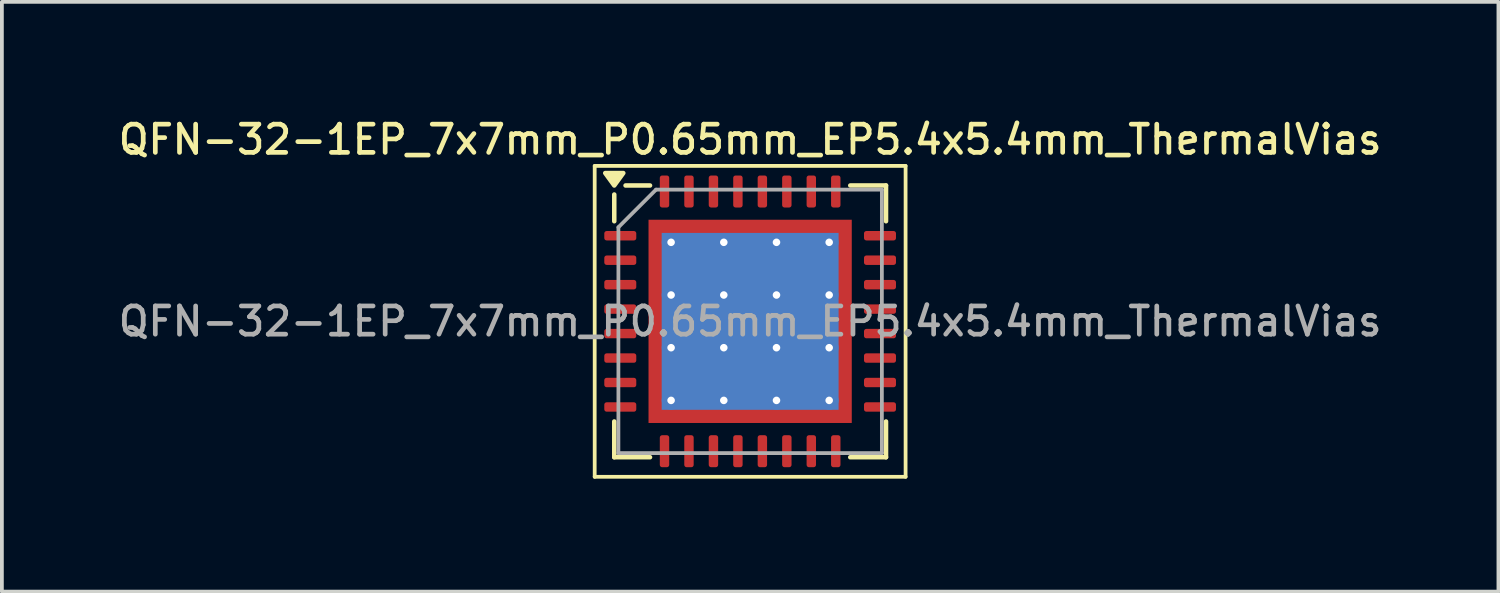
<source format=kicad_pcb>
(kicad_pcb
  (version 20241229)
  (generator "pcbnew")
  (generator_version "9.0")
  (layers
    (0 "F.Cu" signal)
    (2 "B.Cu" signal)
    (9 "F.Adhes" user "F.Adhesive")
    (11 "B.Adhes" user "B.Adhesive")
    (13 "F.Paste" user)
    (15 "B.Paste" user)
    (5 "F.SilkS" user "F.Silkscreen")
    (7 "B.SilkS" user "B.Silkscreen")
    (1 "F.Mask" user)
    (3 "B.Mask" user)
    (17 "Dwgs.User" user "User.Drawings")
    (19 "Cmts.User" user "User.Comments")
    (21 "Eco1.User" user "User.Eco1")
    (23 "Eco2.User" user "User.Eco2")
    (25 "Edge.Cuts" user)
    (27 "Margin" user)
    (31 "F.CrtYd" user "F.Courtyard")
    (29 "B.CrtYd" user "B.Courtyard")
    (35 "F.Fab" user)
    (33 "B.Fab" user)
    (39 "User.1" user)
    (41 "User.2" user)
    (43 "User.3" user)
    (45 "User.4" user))
  (footprint "QFN-32-1EP_7x7mm_P0.65mm_EP5.4x5.4mm_ThermalVias"
    (layer "F.Cu")
    (at 16.88 5.488)
    (property "Reference" "QFN-32-1EP_7x7mm_P0.65mm_EP5.4x5.4mm_ThermalVias" (at 0 -4.83 0) (layer "F.SilkS") (effects (font (size 0.75 0.75) (thickness 0.125))))
    (attr smd)
    (fp_line (start -4.13 -4.13) (end -4.13 4.13) (stroke (width 0.1) (type solid)) (layer "F.SilkS"))
    (fp_line (start -4.13 4.13) (end 4.13 4.13) (stroke (width 0.1) (type solid)) (layer "F.SilkS"))
    (fp_line (start -3.61 -2.66) (end -3.61 -3.37) (stroke (width 0.12) (type solid)) (layer "F.SilkS"))
    (fp_line (start -3.61 3.61) (end -3.61 2.66) (stroke (width 0.12) (type solid)) (layer "F.SilkS"))
    (fp_line (start -2.66 -3.61) (end -3.31 -3.61) (stroke (width 0.12) (type solid)) (layer "F.SilkS"))
    (fp_line (start -2.66 3.61) (end -3.61 3.61) (stroke (width 0.12) (type solid)) (layer "F.SilkS"))
    (fp_line (start 2.66 -3.61) (end 3.61 -3.61) (stroke (width 0.12) (type solid)) (layer "F.SilkS"))
    (fp_line (start 2.66 3.61) (end 3.61 3.61) (stroke (width 0.12) (type solid)) (layer "F.SilkS"))
    (fp_line (start 3.61 -3.61) (end 3.61 -2.66) (stroke (width 0.12) (type solid)) (layer "F.SilkS"))
    (fp_line (start 3.61 3.61) (end 3.61 2.66) (stroke (width 0.12) (type solid)) (layer "F.SilkS"))
    (fp_line (start 4.13 -4.13) (end -4.13 -4.13) (stroke (width 0.1) (type solid)) (layer "F.SilkS"))
    (fp_line (start 4.13 4.13) (end 4.13 -4.13) (stroke (width 0.1) (type solid)) (layer "F.SilkS"))
    (fp_poly (pts (xy -3.61 -3.61) (xy -3.85 -3.94) (xy -3.37 -3.94) (xy -3.61 -3.61)) (stroke (width 0.12) (type solid)) (fill yes) (layer "F.SilkS"))
    (fp_line (start -3.5 -2.5) (end -2.5 -3.5) (stroke (width 0.1) (type solid)) (layer "F.Fab"))
    (fp_line (start -3.5 3.5) (end -3.5 -2.5) (stroke (width 0.1) (type solid)) (layer "F.Fab"))
    (fp_line (start -2.5 -3.5) (end 3.5 -3.5) (stroke (width 0.1) (type solid)) (layer "F.Fab"))
    (fp_line (start 3.5 -3.5) (end 3.5 3.5) (stroke (width 0.1) (type solid)) (layer "F.Fab"))
    (fp_line (start 3.5 3.5) (end -3.5 3.5) (stroke (width 0.1) (type solid)) (layer "F.Fab"))
    (fp_text user "${REFERENCE}" (at 0 0 0) (layer "F.Fab") (effects (font (size 0.75 0.75) (thickness 0.125))))
    (pad "" smd custom (at -2.4 -2.4) (size 0.366 0.366) (layers "F.Paste") (options (anchor circle)) (primitives (gr_poly (pts (xy -0.124 -0.124) (xy 0.124 -0.124) (xy 0.124 0.026) (xy 0.026 0.124) (xy -0.124 0.124)) (width 0.236) (fill yes))))
    (pad "" smd custom (at -2.4 -1.4) (size 0.421 0.421) (layers "F.Paste") (options (anchor circle)) (primitives (gr_poly (pts (xy -0.179 -0.501) (xy 0.127 -0.501) (xy 0.179 -0.449) (xy 0.179 0.449) (xy 0.127 0.501) (xy -0.179 0.501)) (width 0.126) (fill yes))))
    (pad "" smd custom (at -2.4 0) (size 0.421 0.421) (layers "F.Paste") (options (anchor circle)) (primitives (gr_poly (pts (xy -0.179 -0.501) (xy 0.127 -0.501) (xy 0.179 -0.449) (xy 0.179 0.449) (xy 0.127 0.501) (xy -0.179 0.501)) (width 0.126) (fill yes))))
    (pad "" smd custom (at -2.4 1.4) (size 0.421 0.421) (layers "F.Paste") (options (anchor circle)) (primitives (gr_poly (pts (xy -0.179 -0.501) (xy 0.127 -0.501) (xy 0.179 -0.449) (xy 0.179 0.449) (xy 0.127 0.501) (xy -0.179 0.501)) (width 0.126) (fill yes))))
    (pad "" smd custom (at -2.4 2.4) (size 0.366 0.366) (layers "F.Paste") (options (anchor circle)) (primitives (gr_poly (pts (xy -0.124 -0.124) (xy 0.026 -0.124) (xy 0.124 -0.026) (xy 0.124 0.124) (xy -0.124 0.124)) (width 0.236) (fill yes))))
    (pad "" smd custom (at -1.4 -2.4) (size 0.421 0.421) (layers "F.Paste") (options (anchor circle)) (primitives (gr_poly (pts (xy -0.501 -0.179) (xy 0.501 -0.179) (xy 0.501 0.127) (xy 0.449 0.179) (xy -0.449 0.179) (xy -0.501 0.127)) (width 0.126) (fill yes))))
    (pad "" smd roundrect (at -1.4 -1.4) (size 1.129 1.129) (layers "F.Paste") (roundrect_rratio 0.221))
    (pad "" smd roundrect (at -1.4 0) (size 1.129 1.129) (layers "F.Paste") (roundrect_rratio 0.221))
    (pad "" smd roundrect (at -1.4 1.4) (size 1.129 1.129) (layers "F.Paste") (roundrect_rratio 0.221))
    (pad "" smd custom (at -1.4 2.4) (size 0.421 0.421) (layers "F.Paste") (options (anchor circle)) (primitives (gr_poly (pts (xy -0.501 -0.127) (xy -0.449 -0.179) (xy 0.449 -0.179) (xy 0.501 -0.127) (xy 0.501 0.179) (xy -0.501 0.179)) (width 0.126) (fill yes))))
    (pad "" smd custom (at 0 -2.4) (size 0.421 0.421) (layers "F.Paste") (options (anchor circle)) (primitives (gr_poly (pts (xy -0.501 -0.179) (xy 0.501 -0.179) (xy 0.501 0.127) (xy 0.449 0.179) (xy -0.449 0.179) (xy -0.501 0.127)) (width 0.126) (fill yes))))
    (pad "" smd roundrect (at 0 -1.4) (size 1.129 1.129) (layers "F.Paste") (roundrect_rratio 0.221))
    (pad "" smd roundrect (at 0 0) (size 1.129 1.129) (layers "F.Paste") (roundrect_rratio 0.221))
    (pad "" smd roundrect (at 0 1.4) (size 1.129 1.129) (layers "F.Paste") (roundrect_rratio 0.221))
    (pad "" smd custom (at 0 2.4) (size 0.421 0.421) (layers "F.Paste") (options (anchor circle)) (primitives (gr_poly (pts (xy -0.501 -0.127) (xy -0.449 -0.179) (xy 0.449 -0.179) (xy 0.501 -0.127) (xy 0.501 0.179) (xy -0.501 0.179)) (width 0.126) (fill yes))))
    (pad "" smd custom (at 1.4 -2.4) (size 0.421 0.421) (layers "F.Paste") (options (anchor circle)) (primitives (gr_poly (pts (xy -0.501 -0.179) (xy 0.501 -0.179) (xy 0.501 0.127) (xy 0.449 0.179) (xy -0.449 0.179) (xy -0.501 0.127)) (width 0.126) (fill yes))))
    (pad "" smd roundrect (at 1.4 -1.4) (size 1.129 1.129) (layers "F.Paste") (roundrect_rratio 0.221))
    (pad "" smd roundrect (at 1.4 0) (size 1.129 1.129) (layers "F.Paste") (roundrect_rratio 0.221))
    (pad "" smd roundrect (at 1.4 1.4) (size 1.129 1.129) (layers "F.Paste") (roundrect_rratio 0.221))
    (pad "" smd custom (at 1.4 2.4) (size 0.421 0.421) (layers "F.Paste") (options (anchor circle)) (primitives (gr_poly (pts (xy -0.501 -0.127) (xy -0.449 -0.179) (xy 0.449 -0.179) (xy 0.501 -0.127) (xy 0.501 0.179) (xy -0.501 0.179)) (width 0.126) (fill yes))))
    (pad "" smd custom (at 2.4 -2.4) (size 0.366 0.366) (layers "F.Paste") (options (anchor circle)) (primitives (gr_poly (pts (xy -0.124 -0.124) (xy 0.124 -0.124) (xy 0.124 0.124) (xy -0.026 0.124) (xy -0.124 0.026)) (width 0.236) (fill yes))))
    (pad "" smd custom (at 2.4 -1.4) (size 0.421 0.421) (layers "F.Paste") (options (anchor circle)) (primitives (gr_poly (pts (xy -0.179 -0.449) (xy -0.127 -0.501) (xy 0.179 -0.501) (xy 0.179 0.501) (xy -0.127 0.501) (xy -0.179 0.449)) (width 0.126) (fill yes))))
    (pad "" smd custom (at 2.4 0) (size 0.421 0.421) (layers "F.Paste") (options (anchor circle)) (primitives (gr_poly (pts (xy -0.179 -0.449) (xy -0.127 -0.501) (xy 0.179 -0.501) (xy 0.179 0.501) (xy -0.127 0.501) (xy -0.179 0.449)) (width 0.126) (fill yes))))
    (pad "" smd custom (at 2.4 1.4) (size 0.421 0.421) (layers "F.Paste") (options (anchor circle)) (primitives (gr_poly (pts (xy -0.179 -0.449) (xy -0.127 -0.501) (xy 0.179 -0.501) (xy 0.179 0.501) (xy -0.127 0.501) (xy -0.179 0.449)) (width 0.126) (fill yes))))
    (pad "" smd custom (at 2.4 2.4) (size 0.366 0.366) (layers "F.Paste") (options (anchor circle)) (primitives (gr_poly (pts (xy -0.124 -0.026) (xy -0.026 -0.124) (xy 0.124 -0.124) (xy 0.124 0.124) (xy -0.124 0.124)) (width 0.236) (fill yes))))
    (pad "1" smd roundrect (at -3.45 -2.275) (size 0.85 0.25) (layers "F.Cu" "F.Mask" "F.Paste") (roundrect_rratio 0.25))
    (pad "2" smd roundrect (at -3.45 -1.625) (size 0.85 0.25) (layers "F.Cu" "F.Mask" "F.Paste") (roundrect_rratio 0.25))
    (pad "3" smd roundrect (at -3.45 -0.975) (size 0.85 0.25) (layers "F.Cu" "F.Mask" "F.Paste") (roundrect_rratio 0.25))
    (pad "4" smd roundrect (at -3.45 -0.325) (size 0.85 0.25) (layers "F.Cu" "F.Mask" "F.Paste") (roundrect_rratio 0.25))
    (pad "5" smd roundrect (at -3.45 0.325) (size 0.85 0.25) (layers "F.Cu" "F.Mask" "F.Paste") (roundrect_rratio 0.25))
    (pad "6" smd roundrect (at -3.45 0.975) (size 0.85 0.25) (layers "F.Cu" "F.Mask" "F.Paste") (roundrect_rratio 0.25))
    (pad "7" smd roundrect (at -3.45 1.625) (size 0.85 0.25) (layers "F.Cu" "F.Mask" "F.Paste") (roundrect_rratio 0.25))
    (pad "8" smd roundrect (at -3.45 2.275) (size 0.85 0.25) (layers "F.Cu" "F.Mask" "F.Paste") (roundrect_rratio 0.25))
    (pad "9" smd roundrect (at -2.275 3.45) (size 0.25 0.85) (layers "F.Cu" "F.Mask" "F.Paste") (roundrect_rratio 0.25))
    (pad "10" smd roundrect (at -1.625 3.45) (size 0.25 0.85) (layers "F.Cu" "F.Mask" "F.Paste") (roundrect_rratio 0.25))
    (pad "11" smd roundrect (at -0.975 3.45) (size 0.25 0.85) (layers "F.Cu" "F.Mask" "F.Paste") (roundrect_rratio 0.25))
    (pad "12" smd roundrect (at -0.325 3.45) (size 0.25 0.85) (layers "F.Cu" "F.Mask" "F.Paste") (roundrect_rratio 0.25))
    (pad "13" smd roundrect (at 0.325 3.45) (size 0.25 0.85) (layers "F.Cu" "F.Mask" "F.Paste") (roundrect_rratio 0.25))
    (pad "14" smd roundrect (at 0.975 3.45) (size 0.25 0.85) (layers "F.Cu" "F.Mask" "F.Paste") (roundrect_rratio 0.25))
    (pad "15" smd roundrect (at 1.625 3.45) (size 0.25 0.85) (layers "F.Cu" "F.Mask" "F.Paste") (roundrect_rratio 0.25))
    (pad "16" smd roundrect (at 2.275 3.45) (size 0.25 0.85) (layers "F.Cu" "F.Mask" "F.Paste") (roundrect_rratio 0.25))
    (pad "17" smd roundrect (at 3.45 2.275) (size 0.85 0.25) (layers "F.Cu" "F.Mask" "F.Paste") (roundrect_rratio 0.25))
    (pad "18" smd roundrect (at 3.45 1.625) (size 0.85 0.25) (layers "F.Cu" "F.Mask" "F.Paste") (roundrect_rratio 0.25))
    (pad "19" smd roundrect (at 3.45 0.975) (size 0.85 0.25) (layers "F.Cu" "F.Mask" "F.Paste") (roundrect_rratio 0.25))
    (pad "20" smd roundrect (at 3.45 0.325) (size 0.85 0.25) (layers "F.Cu" "F.Mask" "F.Paste") (roundrect_rratio 0.25))
    (pad "21" smd roundrect (at 3.45 -0.325) (size 0.85 0.25) (layers "F.Cu" "F.Mask" "F.Paste") (roundrect_rratio 0.25))
    (pad "22" smd roundrect (at 3.45 -0.975) (size 0.85 0.25) (layers "F.Cu" "F.Mask" "F.Paste") (roundrect_rratio 0.25))
    (pad "23" smd roundrect (at 3.45 -1.625) (size 0.85 0.25) (layers "F.Cu" "F.Mask" "F.Paste") (roundrect_rratio 0.25))
    (pad "24" smd roundrect (at 3.45 -2.275) (size 0.85 0.25) (layers "F.Cu" "F.Mask" "F.Paste") (roundrect_rratio 0.25))
    (pad "25" smd roundrect (at 2.275 -3.45) (size 0.25 0.85) (layers "F.Cu" "F.Mask" "F.Paste") (roundrect_rratio 0.25))
    (pad "26" smd roundrect (at 1.625 -3.45) (size 0.25 0.85) (layers "F.Cu" "F.Mask" "F.Paste") (roundrect_rratio 0.25))
    (pad "27" smd roundrect (at 0.975 -3.45) (size 0.25 0.85) (layers "F.Cu" "F.Mask" "F.Paste") (roundrect_rratio 0.25))
    (pad "28" smd roundrect (at 0.325 -3.45) (size 0.25 0.85) (layers "F.Cu" "F.Mask" "F.Paste") (roundrect_rratio 0.25))
    (pad "29" smd roundrect (at -0.325 -3.45) (size 0.25 0.85) (layers "F.Cu" "F.Mask" "F.Paste") (roundrect_rratio 0.25))
    (pad "30" smd roundrect (at -0.975 -3.45) (size 0.25 0.85) (layers "F.Cu" "F.Mask" "F.Paste") (roundrect_rratio 0.25))
    (pad "31" smd roundrect (at -1.625 -3.45) (size 0.25 0.85) (layers "F.Cu" "F.Mask" "F.Paste") (roundrect_rratio 0.25))
    (pad "32" smd roundrect (at -2.275 -3.45) (size 0.25 0.85) (layers "F.Cu" "F.Mask" "F.Paste") (roundrect_rratio 0.25))
    (pad "33" thru_hole circle (at -2.1 -2.1) (size 0.5 0.5) (drill 0.2) (property pad_prop_heatsink) (layers "*.Cu"))
    (pad "33" thru_hole circle (at -2.1 -0.7) (size 0.5 0.5) (drill 0.2) (property pad_prop_heatsink) (layers "*.Cu"))
    (pad "33" thru_hole circle (at -2.1 0.7) (size 0.5 0.5) (drill 0.2) (property pad_prop_heatsink) (layers "*.Cu"))
    (pad "33" thru_hole circle (at -2.1 2.1) (size 0.5 0.5) (drill 0.2) (property pad_prop_heatsink) (layers "*.Cu"))
    (pad "33" thru_hole circle (at -0.7 -2.1) (size 0.5 0.5) (drill 0.2) (property pad_prop_heatsink) (layers "*.Cu"))
    (pad "33" thru_hole circle (at -0.7 -0.7) (size 0.5 0.5) (drill 0.2) (property pad_prop_heatsink) (layers "*.Cu"))
    (pad "33" thru_hole circle (at -0.7 0.7) (size 0.5 0.5) (drill 0.2) (property pad_prop_heatsink) (layers "*.Cu"))
    (pad "33" thru_hole circle (at -0.7 2.1) (size 0.5 0.5) (drill 0.2) (property pad_prop_heatsink) (layers "*.Cu"))
    (pad "33" smd rect (at 0 0) (size 4.7 4.7) (property pad_prop_heatsink) (layers "B.Cu"))
    (pad "33" smd rect (at 0 0) (size 5.4 5.4) (property pad_prop_heatsink) (layers "F.Cu" "F.Mask"))
    (pad "33" thru_hole circle (at 0.7 -2.1) (size 0.5 0.5) (drill 0.2) (property pad_prop_heatsink) (layers "*.Cu"))
    (pad "33" thru_hole circle (at 0.7 -0.7) (size 0.5 0.5) (drill 0.2) (property pad_prop_heatsink) (layers "*.Cu"))
    (pad "33" thru_hole circle (at 0.7 0.7) (size 0.5 0.5) (drill 0.2) (property pad_prop_heatsink) (layers "*.Cu"))
    (pad "33" thru_hole circle (at 0.7 2.1) (size 0.5 0.5) (drill 0.2) (property pad_prop_heatsink) (layers "*.Cu"))
    (pad "33" thru_hole circle (at 2.1 -2.1) (size 0.5 0.5) (drill 0.2) (property pad_prop_heatsink) (layers "*.Cu"))
    (pad "33" thru_hole circle (at 2.1 -0.7) (size 0.5 0.5) (drill 0.2) (property pad_prop_heatsink) (layers "*.Cu"))
    (pad "33" thru_hole circle (at 2.1 0.7) (size 0.5 0.5) (drill 0.2) (property pad_prop_heatsink) (layers "*.Cu"))
    (pad "33" thru_hole circle (at 2.1 2.1) (size 0.5 0.5) (drill 0.2) (property pad_prop_heatsink) (layers "*.Cu")))
  (gr_rect
    (start -3 -3)
    (end 36.761 12.668)
    (stroke (width 0.1) (type default))
    (fill no)
    (layer "Edge.Cuts")))
</source>
